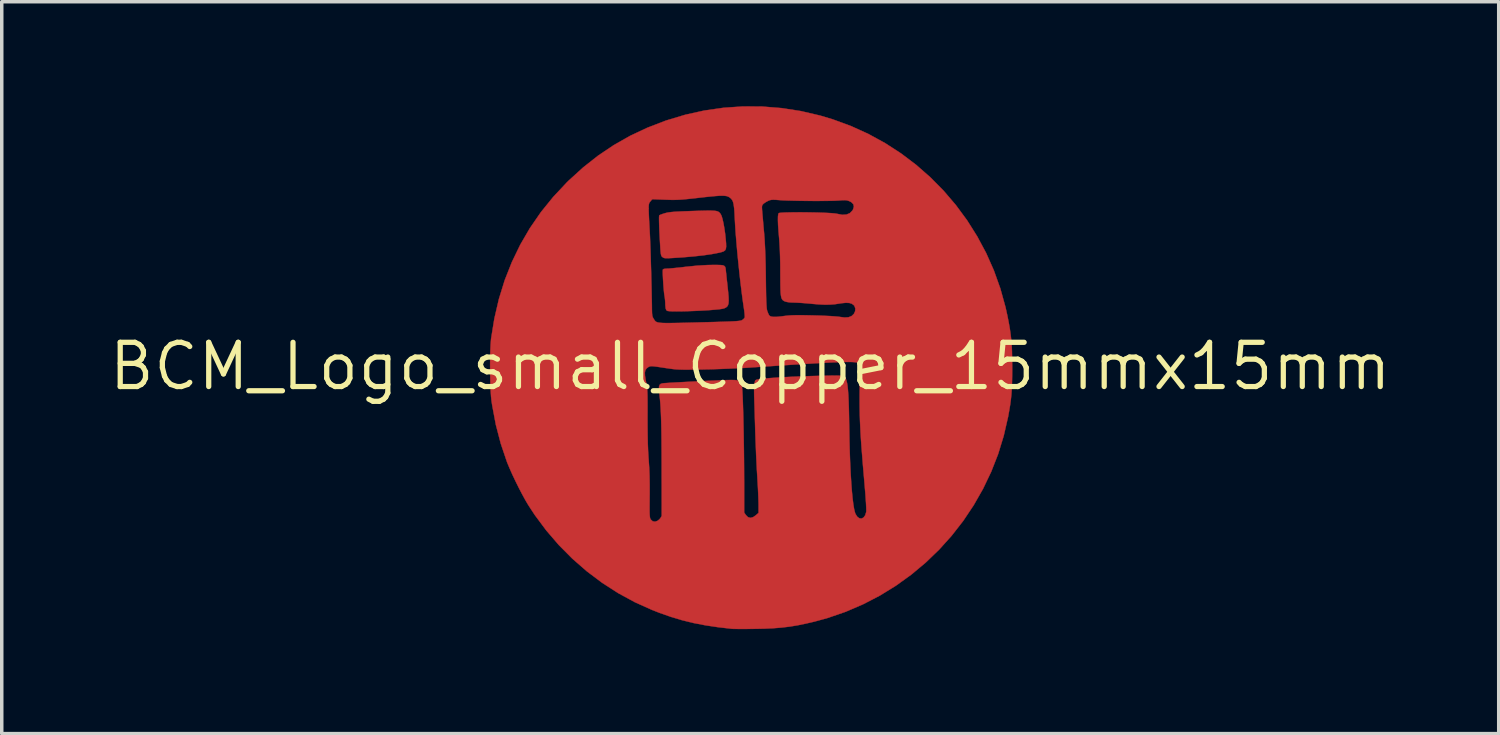
<source format=kicad_pcb>
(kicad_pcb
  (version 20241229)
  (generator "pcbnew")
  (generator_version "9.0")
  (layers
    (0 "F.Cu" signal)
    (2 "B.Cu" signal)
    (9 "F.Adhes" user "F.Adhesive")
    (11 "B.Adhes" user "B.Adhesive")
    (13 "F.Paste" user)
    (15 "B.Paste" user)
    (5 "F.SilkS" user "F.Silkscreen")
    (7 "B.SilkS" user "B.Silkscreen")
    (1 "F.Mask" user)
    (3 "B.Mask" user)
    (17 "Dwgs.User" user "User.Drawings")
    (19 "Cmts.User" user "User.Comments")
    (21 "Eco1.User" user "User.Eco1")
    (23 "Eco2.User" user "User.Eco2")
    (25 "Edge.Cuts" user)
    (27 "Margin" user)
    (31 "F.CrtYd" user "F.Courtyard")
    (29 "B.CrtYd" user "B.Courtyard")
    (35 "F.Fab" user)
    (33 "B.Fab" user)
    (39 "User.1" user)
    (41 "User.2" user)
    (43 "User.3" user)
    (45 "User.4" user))
  (footprint "BCM_Logo_small_Copper_15mmx15mm"
    (layer "F.Cu")
    (at 18.483 7.465)
    (property "Reference" "BCM_Logo_small_Copper_15mmx15mm" (at 0 0 0) (layer "F.SilkS") (effects (font (size 1.27 1.27) (thickness 0.15))))
    (attr board_only exclude_from_bom)
    (fp_poly (pts (xy -1.082 -4.469) (xy -1.011 -4.464) (xy -0.958 -4.455) (xy -0.92 -4.441) (xy -0.891 -4.422) (xy -0.868 -4.397) (xy -0.848 -4.371) (xy -0.822 -4.317) (xy -0.795 -4.227) (xy -0.768 -4.108) (xy -0.743 -3.966) (xy -0.72 -3.808) (xy -0.704 -3.655) (xy -0.693 -3.527) (xy -0.691 -3.434) (xy -0.7 -3.37) (xy -0.724 -3.327) (xy -0.767 -3.298) (xy -0.831 -3.277) (xy -0.887 -3.263) (xy -1.094 -3.223) (xy -1.339 -3.187) (xy -1.623 -3.156) (xy -1.947 -3.128) (xy -2.248 -3.109) (xy -2.35 -3.104) (xy -2.418 -3.103) (xy -2.464 -3.108) (xy -2.495 -3.119) (xy -2.52 -3.137) (xy -2.536 -3.15) (xy -2.548 -3.167) (xy -2.557 -3.191) (xy -2.565 -3.229) (xy -2.572 -3.285) (xy -2.579 -3.364) (xy -2.585 -3.471) (xy -2.593 -3.612) (xy -2.6 -3.746) (xy -2.609 -3.924) (xy -2.614 -4.073) (xy -2.617 -4.192) (xy -2.617 -4.278) (xy -2.613 -4.326) (xy -2.61 -4.335) (xy -2.581 -4.35) (xy -2.523 -4.372) (xy -2.449 -4.395) (xy -2.446 -4.396) (xy -2.396 -4.409) (xy -2.34 -4.419) (xy -2.27 -4.428) (xy -2.183 -4.436) (xy -2.072 -4.442) (xy -1.933 -4.449) (xy -1.759 -4.455) (xy -1.651 -4.459) (xy -1.457 -4.465) (xy -1.301 -4.469) (xy -1.177 -4.471) (xy -1.082 -4.469)) (stroke (width 0.01) (type solid)) (fill yes) (layer "F.Cu"))
    (fp_poly (pts (xy -0.852 -2.908) (xy -0.786 -2.901) (xy -0.745 -2.884) (xy -0.72 -2.856) (xy -0.707 -2.813) (xy -0.7 -2.751) (xy -0.696 -2.71) (xy -0.688 -2.639) (xy -0.678 -2.54) (xy -0.665 -2.424) (xy -0.652 -2.304) (xy -0.651 -2.297) (xy -0.633 -2.125) (xy -0.621 -1.99) (xy -0.618 -1.887) (xy -0.623 -1.81) (xy -0.638 -1.755) (xy -0.663 -1.716) (xy -0.7 -1.687) (xy -0.748 -1.665) (xy -0.753 -1.663) (xy -0.805 -1.651) (xy -0.893 -1.638) (xy -1.011 -1.627) (xy -1.151 -1.615) (xy -1.308 -1.605) (xy -1.475 -1.596) (xy -1.645 -1.589) (xy -1.812 -1.583) (xy -1.97 -1.579) (xy -2.112 -1.578) (xy -2.232 -1.579) (xy -2.322 -1.584) (xy -2.378 -1.591) (xy -2.378 -1.591) (xy -2.409 -1.614) (xy -2.428 -1.666) (xy -2.437 -1.751) (xy -2.438 -1.802) (xy -2.443 -1.89) (xy -2.454 -1.988) (xy -2.461 -2.024) (xy -2.47 -2.085) (xy -2.479 -2.172) (xy -2.488 -2.276) (xy -2.496 -2.39) (xy -2.503 -2.503) (xy -2.508 -2.607) (xy -2.511 -2.694) (xy -2.51 -2.755) (xy -2.508 -2.778) (xy -2.48 -2.796) (xy -2.418 -2.804) (xy -2.389 -2.805) (xy -2.334 -2.807) (xy -2.246 -2.815) (xy -2.133 -2.826) (xy -2.003 -2.839) (xy -1.864 -2.856) (xy -1.846 -2.858) (xy -1.52 -2.891) (xy -1.226 -2.908) (xy -1.079 -2.911) (xy -0.948 -2.911) (xy -0.852 -2.908)) (stroke (width 0.01) (type solid)) (fill yes) (layer "F.Cu"))
    (fp_poly (pts (xy 0.348 -7.457) (xy 0.904 -7.412) (xy 1.457 -7.326) (xy 2.006 -7.198) (xy 2.373 -7.088) (xy 2.893 -6.897) (xy 3.394 -6.669) (xy 3.874 -6.406) (xy 4.331 -6.11) (xy 4.764 -5.782) (xy 5.172 -5.424) (xy 5.552 -5.039) (xy 5.904 -4.627) (xy 6.225 -4.191) (xy 6.515 -3.731) (xy 6.772 -3.251) (xy 6.994 -2.751) (xy 7.179 -2.233) (xy 7.327 -1.699) (xy 7.381 -1.454) (xy 7.42 -1.256) (xy 7.451 -1.081) (xy 7.474 -0.919) (xy 7.492 -0.762) (xy 7.505 -0.6) (xy 7.513 -0.425) (xy 7.517 -0.227) (xy 7.519 0.004) (xy 7.519 0.042) (xy 7.518 0.273) (xy 7.514 0.471) (xy 7.507 0.644) (xy 7.497 0.803) (xy 7.481 0.955) (xy 7.46 1.11) (xy 7.432 1.278) (xy 7.401 1.45) (xy 7.277 1.99) (xy 7.116 2.516) (xy 6.917 3.024) (xy 6.682 3.515) (xy 6.414 3.985) (xy 6.114 4.434) (xy 5.783 4.859) (xy 5.423 5.259) (xy 5.035 5.633) (xy 4.622 5.978) (xy 4.184 6.294) (xy 3.723 6.578) (xy 3.241 6.828) (xy 2.739 7.044) (xy 2.219 7.223) (xy 1.848 7.325) (xy 1.59 7.385) (xy 1.352 7.434) (xy 1.124 7.471) (xy 0.896 7.498) (xy 0.657 7.517) (xy 0.396 7.529) (xy 0.133 7.534) (xy -0.023 7.536) (xy -0.169 7.537) (xy -0.299 7.537) (xy -0.406 7.536) (xy -0.483 7.535) (xy -0.523 7.533) (xy -0.922 7.487) (xy -1.288 7.432) (xy -1.631 7.366) (xy -1.959 7.285) (xy -2.282 7.188) (xy -2.609 7.073) (xy -2.82 6.99) (xy -3.314 6.768) (xy -3.792 6.508) (xy -4.251 6.212) (xy -4.69 5.882) (xy -5.105 5.52) (xy -5.494 5.128) (xy -5.855 4.708) (xy -6.186 4.263) (xy -6.369 3.983) (xy -6.452 3.843) (xy -6.545 3.673) (xy -6.643 3.485) (xy -6.74 3.289) (xy -6.832 3.095) (xy -6.912 2.914) (xy -6.978 2.756) (xy -6.985 2.736) (xy -7.16 2.218) (xy -7.301 1.678) (xy -7.406 1.121) (xy -7.427 0.984) (xy -7.439 0.867) (xy -7.449 0.715) (xy -7.457 0.538) (xy -7.462 0.342) (xy -7.465 0.18) (xy -3.024 0.18) (xy -3.02 0.272) (xy -3 0.395) (xy -2.992 0.437) (xy -2.98 0.496) (xy -2.97 0.553) (xy -2.962 0.611) (xy -2.956 0.676) (xy -2.952 0.754) (xy -2.949 0.849) (xy -2.948 0.968) (xy -2.947 1.114) (xy -2.947 1.293) (xy -2.948 1.45) (xy -2.947 1.744) (xy -2.944 2.001) (xy -2.939 2.229) (xy -2.931 2.431) (xy -2.92 2.614) (xy -2.915 2.677) (xy -2.9 2.903) (xy -2.89 3.141) (xy -2.886 3.401) (xy -2.886 3.693) (xy -2.887 3.725) (xy -2.888 3.904) (xy -2.889 4.045) (xy -2.889 4.154) (xy -2.887 4.235) (xy -2.883 4.294) (xy -2.878 4.336) (xy -2.871 4.365) (xy -2.861 4.386) (xy -2.854 4.397) (xy -2.8 4.446) (xy -2.732 4.458) (xy -2.661 4.434) (xy -2.606 4.39) (xy -2.567 4.34) (xy -2.544 4.298) (xy -2.541 4.289) (xy -2.541 4.262) (xy -2.541 4.197) (xy -2.541 4.096) (xy -2.54 3.965) (xy -2.541 3.805) (xy -2.541 3.621) (xy -2.541 3.416) (xy -2.542 3.194) (xy -2.542 2.959) (xy -2.542 2.868) (xy -2.543 2.552) (xy -2.545 2.274) (xy -2.547 2.031) (xy -2.55 1.818) (xy -2.554 1.631) (xy -2.559 1.467) (xy -2.565 1.321) (xy -2.572 1.189) (xy -2.58 1.068) (xy -2.59 0.953) (xy -2.602 0.84) (xy -2.61 0.768) (xy -2.62 0.657) (xy -2.618 0.58) (xy -2.601 0.53) (xy -2.567 0.502) (xy -2.518 0.488) (xy -2.477 0.483) (xy -2.4 0.478) (xy -2.292 0.471) (xy -2.158 0.463) (xy -2.003 0.455) (xy -1.833 0.446) (xy -1.654 0.437) (xy -1.471 0.428) (xy -1.29 0.419) (xy -1.115 0.411) (xy -0.953 0.404) (xy -0.808 0.399) (xy -0.687 0.394) (xy -0.595 0.392) (xy -0.548 0.391) (xy -0.433 0.394) (xy -0.353 0.406) (xy -0.3 0.431) (xy -0.267 0.474) (xy -0.246 0.541) (xy -0.236 0.592) (xy -0.23 0.65) (xy -0.224 0.747) (xy -0.217 0.877) (xy -0.211 1.038) (xy -0.205 1.225) (xy -0.199 1.435) (xy -0.194 1.663) (xy -0.189 1.905) (xy -0.185 2.157) (xy -0.181 2.416) (xy -0.178 2.678) (xy -0.176 2.937) (xy -0.175 3.191) (xy -0.174 3.314) (xy -0.174 4.195) (xy -0.125 4.267) (xy -0.065 4.328) (xy 0.005 4.349) (xy 0.083 4.328) (xy 0.155 4.279) (xy 0.239 4.206) (xy 0.239 3.966) (xy 0.237 3.877) (xy 0.233 3.755) (xy 0.227 3.609) (xy 0.219 3.447) (xy 0.209 3.279) (xy 0.202 3.154) (xy 0.191 2.98) (xy 0.181 2.775) (xy 0.17 2.552) (xy 0.161 2.323) (xy 0.152 2.098) (xy 0.145 1.891) (xy 0.144 1.873) (xy 0.139 1.687) (xy 0.133 1.5) (xy 0.128 1.32) (xy 0.123 1.155) (xy 0.118 1.013) (xy 0.115 0.902) (xy 0.113 0.868) (xy 0.111 0.706) (xy 0.115 0.574) (xy 0.125 0.476) (xy 0.141 0.414) (xy 0.151 0.398) (xy 0.177 0.385) (xy 0.229 0.373) (xy 0.311 0.36) (xy 0.424 0.348) (xy 0.573 0.336) (xy 0.76 0.323) (xy 0.853 0.317) (xy 1.018 0.308) (xy 1.197 0.299) (xy 1.386 0.291) (xy 1.578 0.284) (xy 1.77 0.278) (xy 1.956 0.273) (xy 2.13 0.269) (xy 2.287 0.266) (xy 2.423 0.265) (xy 2.532 0.266) (xy 2.609 0.268) (xy 2.648 0.272) (xy 2.682 0.285) (xy 2.712 0.308) (xy 2.737 0.344) (xy 2.759 0.396) (xy 2.777 0.467) (xy 2.793 0.559) (xy 2.805 0.675) (xy 2.816 0.819) (xy 2.824 0.993) (xy 2.831 1.2) (xy 2.836 1.443) (xy 2.841 1.725) (xy 2.842 1.778) (xy 2.848 2.133) (xy 2.857 2.469) (xy 2.869 2.785) (xy 2.883 3.077) (xy 2.9 3.344) (xy 2.918 3.582) (xy 2.938 3.789) (xy 2.96 3.962) (xy 2.983 4.1) (xy 3.008 4.199) (xy 3.021 4.234) (xy 3.072 4.316) (xy 3.132 4.36) (xy 3.195 4.368) (xy 3.252 4.339) (xy 3.299 4.276) (xy 3.329 4.18) (xy 3.33 4.173) (xy 3.331 4.13) (xy 3.329 4.05) (xy 3.324 3.941) (xy 3.315 3.809) (xy 3.305 3.659) (xy 3.291 3.499) (xy 3.289 3.471) (xy 3.26 3.133) (xy 3.234 2.832) (xy 3.213 2.564) (xy 3.194 2.325) (xy 3.179 2.11) (xy 3.167 1.914) (xy 3.158 1.734) (xy 3.15 1.563) (xy 3.145 1.399) (xy 3.142 1.236) (xy 3.14 1.07) (xy 3.14 0.973) (xy 3.14 0.801) (xy 3.142 0.633) (xy 3.144 0.477) (xy 3.148 0.34) (xy 3.151 0.229) (xy 3.156 0.152) (xy 3.157 0.137) (xy 3.166 0.049) (xy 3.168 -0.007) (xy 3.162 -0.042) (xy 3.147 -0.067) (xy 3.128 -0.085) (xy 3.109 -0.097) (xy 3.08 -0.107) (xy 3.039 -0.115) (xy 2.984 -0.121) (xy 2.913 -0.125) (xy 2.823 -0.126) (xy 2.714 -0.125) (xy 2.583 -0.122) (xy 2.427 -0.116) (xy 2.246 -0.108) (xy 2.037 -0.097) (xy 1.797 -0.083) (xy 1.526 -0.067) (xy 1.221 -0.048) (xy 0.879 -0.025) (xy 0.5 0) (xy 0.081 0.028) (xy 0.017 0.033) (xy -0.177 0.045) (xy -0.4 0.056) (xy -0.641 0.067) (xy -0.885 0.076) (xy -1.121 0.084) (xy -1.336 0.088) (xy -1.355 0.089) (xy -1.55 0.092) (xy -1.71 0.094) (xy -1.84 0.095) (xy -1.947 0.094) (xy -2.038 0.091) (xy -2.119 0.087) (xy -2.196 0.08) (xy -2.277 0.07) (xy -2.366 0.057) (xy -2.47 0.042) (xy -2.606 0.021) (xy -2.707 0.007) (xy -2.78 -0.002) (xy -2.83 -0.005) (xy -2.866 -0.002) (xy -2.892 0.005) (xy -2.917 0.017) (xy -2.929 0.024) (xy -2.979 0.063) (xy -3.011 0.113) (xy -3.024 0.18) (xy -7.465 0.18) (xy -7.465 0.137) (xy -7.466 -0.07) (xy -7.464 -0.27) (xy -7.459 -0.456) (xy -7.452 -0.619) (xy -7.442 -0.751) (xy -7.438 -0.794) (xy -7.344 -1.373) (xy -7.214 -1.933) (xy -7.047 -2.473) (xy -6.842 -2.992) (xy -6.601 -3.491) (xy -6.323 -3.969) (xy -6.008 -4.426) (xy -5.916 -4.54) (xy -2.915 -4.54) (xy -2.914 -4.459) (xy -2.91 -4.354) (xy -2.904 -4.22) (xy -2.895 -4.053) (xy -2.884 -3.85) (xy -2.88 -3.778) (xy -2.875 -3.669) (xy -2.87 -3.525) (xy -2.863 -3.351) (xy -2.857 -3.156) (xy -2.851 -2.945) (xy -2.844 -2.725) (xy -2.839 -2.503) (xy -2.833 -2.286) (xy -2.829 -2.081) (xy -2.825 -1.893) (xy -2.822 -1.731) (xy -2.821 -1.617) (xy -2.818 -1.522) (xy -2.811 -1.456) (xy -2.796 -1.407) (xy -2.771 -1.364) (xy -2.754 -1.337) (xy -2.739 -1.315) (xy -2.722 -1.295) (xy -2.701 -1.279) (xy -2.672 -1.267) (xy -2.633 -1.257) (xy -2.579 -1.25) (xy -2.509 -1.245) (xy -2.418 -1.243) (xy -2.304 -1.243) (xy -2.164 -1.245) (xy -1.994 -1.248) (xy -1.791 -1.253) (xy -1.552 -1.259) (xy -1.274 -1.267) (xy -1.262 -1.267) (xy -1.031 -1.273) (xy -0.838 -1.279) (xy -0.68 -1.284) (xy -0.554 -1.289) (xy -0.454 -1.294) (xy -0.378 -1.299) (xy -0.322 -1.305) (xy -0.282 -1.311) (xy -0.254 -1.318) (xy -0.235 -1.327) (xy -0.229 -1.33) (xy -0.184 -1.367) (xy -0.158 -1.402) (xy -0.157 -1.434) (xy -0.161 -1.5) (xy -0.171 -1.59) (xy -0.186 -1.696) (xy -0.192 -1.734) (xy -0.222 -1.944) (xy -0.253 -2.185) (xy -0.285 -2.45) (xy -0.316 -2.731) (xy -0.346 -3.019) (xy -0.374 -3.306) (xy -0.398 -3.583) (xy -0.419 -3.842) (xy -0.434 -4.075) (xy -0.444 -4.255) (xy -0.452 -4.42) (xy -0.462 -4.549) (xy -0.464 -4.56) (xy 0.336 -4.56) (xy 0.34 -4.487) (xy 0.342 -4.468) (xy 0.347 -4.402) (xy 0.356 -4.303) (xy 0.367 -4.178) (xy 0.379 -4.038) (xy 0.392 -3.89) (xy 0.397 -3.842) (xy 0.412 -3.645) (xy 0.424 -3.43) (xy 0.434 -3.19) (xy 0.442 -2.921) (xy 0.447 -2.616) (xy 0.448 -2.519) (xy 0.451 -2.299) (xy 0.454 -2.117) (xy 0.457 -1.97) (xy 0.461 -1.852) (xy 0.466 -1.76) (xy 0.471 -1.691) (xy 0.477 -1.639) (xy 0.485 -1.601) (xy 0.492 -1.579) (xy 0.517 -1.517) (xy 0.54 -1.47) (xy 0.547 -1.459) (xy 0.588 -1.433) (xy 0.658 -1.42) (xy 0.761 -1.421) (xy 0.9 -1.435) (xy 0.95 -1.442) (xy 1.031 -1.452) (xy 1.113 -1.46) (xy 1.201 -1.465) (xy 1.304 -1.468) (xy 1.426 -1.468) (xy 1.576 -1.467) (xy 1.76 -1.463) (xy 1.805 -1.462) (xy 1.988 -1.457) (xy 2.157 -1.45) (xy 2.306 -1.443) (xy 2.43 -1.434) (xy 2.523 -1.426) (xy 2.567 -1.42) (xy 2.709 -1.402) (xy 2.82 -1.409) (xy 2.906 -1.442) (xy 2.912 -1.446) (xy 2.976 -1.507) (xy 3.011 -1.583) (xy 3.017 -1.663) (xy 2.99 -1.735) (xy 2.972 -1.757) (xy 2.915 -1.798) (xy 2.842 -1.82) (xy 2.745 -1.824) (xy 2.619 -1.812) (xy 2.558 -1.802) (xy 2.422 -1.782) (xy 2.285 -1.772) (xy 2.138 -1.77) (xy 1.972 -1.778) (xy 1.777 -1.794) (xy 1.721 -1.8) (xy 1.594 -1.811) (xy 1.464 -1.821) (xy 1.346 -1.828) (xy 1.254 -1.831) (xy 1.249 -1.831) (xy 1.141 -1.835) (xy 1.051 -1.848) (xy 1 -1.862) (xy 0.964 -1.879) (xy 0.935 -1.9) (xy 0.912 -1.929) (xy 0.894 -1.97) (xy 0.882 -2.028) (xy 0.873 -2.108) (xy 0.868 -2.213) (xy 0.865 -2.349) (xy 0.864 -2.519) (xy 0.863 -2.672) (xy 0.862 -2.915) (xy 0.857 -3.144) (xy 0.85 -3.353) (xy 0.84 -3.534) (xy 0.832 -3.645) (xy 0.813 -3.868) (xy 0.8 -4.05) (xy 0.795 -4.193) (xy 0.796 -4.298) (xy 0.804 -4.365) (xy 0.817 -4.397) (xy 0.846 -4.405) (xy 0.912 -4.411) (xy 1.009 -4.416) (xy 1.131 -4.419) (xy 1.272 -4.421) (xy 1.428 -4.422) (xy 1.591 -4.421) (xy 1.757 -4.418) (xy 1.92 -4.415) (xy 2.073 -4.41) (xy 2.212 -4.404) (xy 2.331 -4.397) (xy 2.423 -4.389) (xy 2.484 -4.38) (xy 2.493 -4.378) (xy 2.639 -4.35) (xy 2.761 -4.357) (xy 2.859 -4.397) (xy 2.932 -4.472) (xy 2.95 -4.501) (xy 2.975 -4.584) (xy 2.96 -4.653) (xy 2.905 -4.71) (xy 2.857 -4.736) (xy 2.809 -4.755) (xy 2.764 -4.766) (xy 2.71 -4.77) (xy 2.637 -4.768) (xy 2.537 -4.76) (xy 2.444 -4.755) (xy 2.316 -4.751) (xy 2.161 -4.749) (xy 1.985 -4.748) (xy 1.798 -4.748) (xy 1.605 -4.749) (xy 1.414 -4.752) (xy 1.233 -4.756) (xy 1.07 -4.76) (xy 0.931 -4.766) (xy 0.836 -4.772) (xy 0.729 -4.78) (xy 0.654 -4.782) (xy 0.6 -4.778) (xy 0.557 -4.768) (xy 0.515 -4.751) (xy 0.513 -4.75) (xy 0.447 -4.714) (xy 0.389 -4.674) (xy 0.378 -4.664) (xy 0.352 -4.636) (xy 0.339 -4.606) (xy 0.336 -4.56) (xy -0.464 -4.56) (xy -0.476 -4.648) (xy -0.494 -4.721) (xy -0.519 -4.775) (xy -0.552 -4.816) (xy -0.595 -4.85) (xy -0.607 -4.858) (xy -0.641 -4.875) (xy -0.681 -4.888) (xy -0.733 -4.895) (xy -0.8 -4.898) (xy -0.887 -4.896) (xy -0.998 -4.888) (xy -1.139 -4.875) (xy -1.312 -4.857) (xy -1.503 -4.835) (xy -1.681 -4.815) (xy -1.826 -4.8) (xy -1.946 -4.789) (xy -2.05 -4.782) (xy -2.146 -4.779) (xy -2.243 -4.778) (xy -2.35 -4.781) (xy -2.44 -4.784) (xy -2.812 -4.798) (xy -2.867 -4.733) (xy -2.882 -4.715) (xy -2.894 -4.697) (xy -2.903 -4.674) (xy -2.91 -4.643) (xy -2.914 -4.6) (xy -2.915 -4.54) (xy -5.916 -4.54) (xy -5.656 -4.861) (xy -5.269 -5.275) (xy -5.209 -5.334) (xy -4.794 -5.711) (xy -4.365 -6.049) (xy -3.917 -6.35) (xy -3.449 -6.616) (xy -2.958 -6.847) (xy -2.44 -7.047) (xy -2.401 -7.06) (xy -1.862 -7.222) (xy -1.315 -7.343) (xy -0.763 -7.422) (xy -0.208 -7.46) (xy 0.348 -7.457)) (stroke (width 0.01) (type solid)) (fill yes) (layer "F.Cu"))
    (fp_poly (pts (xy -1.082 -4.469) (xy -1.011 -4.464) (xy -0.958 -4.455) (xy -0.92 -4.441) (xy -0.891 -4.422) (xy -0.868 -4.397) (xy -0.848 -4.371) (xy -0.822 -4.317) (xy -0.795 -4.227) (xy -0.768 -4.108) (xy -0.743 -3.966) (xy -0.72 -3.808) (xy -0.704 -3.655) (xy -0.693 -3.527) (xy -0.691 -3.434) (xy -0.7 -3.37) (xy -0.724 -3.327) (xy -0.767 -3.298) (xy -0.831 -3.277) (xy -0.887 -3.263) (xy -1.094 -3.223) (xy -1.339 -3.187) (xy -1.623 -3.156) (xy -1.947 -3.128) (xy -2.248 -3.109) (xy -2.35 -3.104) (xy -2.418 -3.103) (xy -2.464 -3.108) (xy -2.495 -3.119) (xy -2.52 -3.137) (xy -2.536 -3.15) (xy -2.548 -3.167) (xy -2.557 -3.191) (xy -2.565 -3.229) (xy -2.572 -3.285) (xy -2.579 -3.364) (xy -2.585 -3.471) (xy -2.593 -3.612) (xy -2.6 -3.746) (xy -2.609 -3.924) (xy -2.614 -4.073) (xy -2.617 -4.192) (xy -2.617 -4.278) (xy -2.613 -4.326) (xy -2.61 -4.335) (xy -2.581 -4.35) (xy -2.523 -4.372) (xy -2.449 -4.395) (xy -2.446 -4.396) (xy -2.396 -4.409) (xy -2.34 -4.419) (xy -2.27 -4.428) (xy -2.183 -4.436) (xy -2.072 -4.442) (xy -1.933 -4.449) (xy -1.759 -4.455) (xy -1.651 -4.459) (xy -1.457 -4.465) (xy -1.301 -4.469) (xy -1.177 -4.471) (xy -1.082 -4.469)) (stroke (width 0.01) (type solid)) (fill yes) (layer "F.Mask"))
    (fp_poly (pts (xy -0.852 -2.908) (xy -0.786 -2.901) (xy -0.745 -2.884) (xy -0.72 -2.856) (xy -0.707 -2.813) (xy -0.7 -2.751) (xy -0.696 -2.71) (xy -0.688 -2.639) (xy -0.678 -2.54) (xy -0.665 -2.424) (xy -0.652 -2.304) (xy -0.651 -2.297) (xy -0.633 -2.125) (xy -0.621 -1.99) (xy -0.618 -1.887) (xy -0.623 -1.81) (xy -0.638 -1.755) (xy -0.663 -1.716) (xy -0.7 -1.687) (xy -0.748 -1.665) (xy -0.753 -1.663) (xy -0.805 -1.651) (xy -0.893 -1.638) (xy -1.011 -1.627) (xy -1.151 -1.615) (xy -1.308 -1.605) (xy -1.475 -1.596) (xy -1.645 -1.589) (xy -1.812 -1.583) (xy -1.97 -1.579) (xy -2.112 -1.578) (xy -2.232 -1.579) (xy -2.322 -1.584) (xy -2.378 -1.591) (xy -2.378 -1.591) (xy -2.409 -1.614) (xy -2.428 -1.666) (xy -2.437 -1.751) (xy -2.438 -1.802) (xy -2.443 -1.89) (xy -2.454 -1.988) (xy -2.461 -2.024) (xy -2.47 -2.085) (xy -2.479 -2.172) (xy -2.488 -2.276) (xy -2.496 -2.39) (xy -2.503 -2.503) (xy -2.508 -2.607) (xy -2.511 -2.694) (xy -2.51 -2.755) (xy -2.508 -2.778) (xy -2.48 -2.796) (xy -2.418 -2.804) (xy -2.389 -2.805) (xy -2.334 -2.807) (xy -2.246 -2.815) (xy -2.133 -2.826) (xy -2.003 -2.839) (xy -1.864 -2.856) (xy -1.846 -2.858) (xy -1.52 -2.891) (xy -1.226 -2.908) (xy -1.079 -2.911) (xy -0.948 -2.911) (xy -0.852 -2.908)) (stroke (width 0.01) (type solid)) (fill yes) (layer "F.Mask"))
    (fp_poly (pts (xy 0.348 -7.457) (xy 0.904 -7.412) (xy 1.457 -7.326) (xy 2.006 -7.198) (xy 2.373 -7.088) (xy 2.893 -6.897) (xy 3.394 -6.669) (xy 3.874 -6.406) (xy 4.331 -6.11) (xy 4.764 -5.782) (xy 5.172 -5.424) (xy 5.552 -5.039) (xy 5.904 -4.627) (xy 6.225 -4.191) (xy 6.515 -3.731) (xy 6.772 -3.251) (xy 6.994 -2.751) (xy 7.179 -2.233) (xy 7.327 -1.699) (xy 7.381 -1.454) (xy 7.42 -1.256) (xy 7.451 -1.081) (xy 7.474 -0.919) (xy 7.492 -0.762) (xy 7.505 -0.6) (xy 7.513 -0.425) (xy 7.517 -0.227) (xy 7.519 0.004) (xy 7.519 0.042) (xy 7.518 0.273) (xy 7.514 0.471) (xy 7.507 0.644) (xy 7.497 0.803) (xy 7.481 0.955) (xy 7.46 1.11) (xy 7.432 1.278) (xy 7.401 1.45) (xy 7.277 1.99) (xy 7.116 2.516) (xy 6.917 3.024) (xy 6.682 3.515) (xy 6.414 3.985) (xy 6.114 4.434) (xy 5.783 4.859) (xy 5.423 5.259) (xy 5.035 5.633) (xy 4.622 5.978) (xy 4.184 6.294) (xy 3.723 6.578) (xy 3.241 6.828) (xy 2.739 7.044) (xy 2.219 7.223) (xy 1.848 7.325) (xy 1.59 7.385) (xy 1.352 7.434) (xy 1.124 7.471) (xy 0.896 7.498) (xy 0.657 7.517) (xy 0.396 7.529) (xy 0.133 7.534) (xy -0.023 7.536) (xy -0.169 7.537) (xy -0.299 7.537) (xy -0.406 7.536) (xy -0.483 7.535) (xy -0.523 7.533) (xy -0.922 7.487) (xy -1.288 7.432) (xy -1.631 7.366) (xy -1.959 7.285) (xy -2.282 7.188) (xy -2.609 7.073) (xy -2.82 6.99) (xy -3.314 6.768) (xy -3.792 6.508) (xy -4.251 6.212) (xy -4.69 5.882) (xy -5.105 5.52) (xy -5.494 5.128) (xy -5.855 4.708) (xy -6.186 4.263) (xy -6.369 3.983) (xy -6.452 3.843) (xy -6.545 3.673) (xy -6.643 3.485) (xy -6.74 3.289) (xy -6.832 3.095) (xy -6.912 2.914) (xy -6.978 2.756) (xy -6.985 2.736) (xy -7.16 2.218) (xy -7.301 1.678) (xy -7.406 1.121) (xy -7.427 0.984) (xy -7.439 0.867) (xy -7.449 0.715) (xy -7.457 0.538) (xy -7.462 0.342) (xy -7.465 0.18) (xy -3.024 0.18) (xy -3.02 0.272) (xy -3 0.395) (xy -2.992 0.437) (xy -2.98 0.496) (xy -2.97 0.553) (xy -2.962 0.611) (xy -2.956 0.676) (xy -2.952 0.754) (xy -2.949 0.849) (xy -2.948 0.968) (xy -2.947 1.114) (xy -2.947 1.293) (xy -2.948 1.45) (xy -2.947 1.744) (xy -2.944 2.001) (xy -2.939 2.229) (xy -2.931 2.431) (xy -2.92 2.614) (xy -2.915 2.677) (xy -2.9 2.903) (xy -2.89 3.141) (xy -2.886 3.401) (xy -2.886 3.693) (xy -2.887 3.725) (xy -2.888 3.904) (xy -2.889 4.045) (xy -2.889 4.154) (xy -2.887 4.235) (xy -2.883 4.294) (xy -2.878 4.336) (xy -2.871 4.365) (xy -2.861 4.386) (xy -2.854 4.397) (xy -2.8 4.446) (xy -2.732 4.458) (xy -2.661 4.434) (xy -2.606 4.39) (xy -2.567 4.34) (xy -2.544 4.298) (xy -2.541 4.289) (xy -2.541 4.262) (xy -2.541 4.197) (xy -2.541 4.096) (xy -2.54 3.965) (xy -2.541 3.805) (xy -2.541 3.621) (xy -2.541 3.416) (xy -2.542 3.194) (xy -2.542 2.959) (xy -2.542 2.868) (xy -2.543 2.552) (xy -2.545 2.274) (xy -2.547 2.031) (xy -2.55 1.818) (xy -2.554 1.631) (xy -2.559 1.467) (xy -2.565 1.321) (xy -2.572 1.189) (xy -2.58 1.068) (xy -2.59 0.953) (xy -2.602 0.84) (xy -2.61 0.768) (xy -2.62 0.657) (xy -2.618 0.58) (xy -2.601 0.53) (xy -2.567 0.502) (xy -2.518 0.488) (xy -2.477 0.483) (xy -2.4 0.478) (xy -2.292 0.471) (xy -2.158 0.463) (xy -2.003 0.455) (xy -1.833 0.446) (xy -1.654 0.437) (xy -1.471 0.428) (xy -1.29 0.419) (xy -1.115 0.411) (xy -0.953 0.404) (xy -0.808 0.399) (xy -0.687 0.394) (xy -0.595 0.392) (xy -0.548 0.391) (xy -0.433 0.394) (xy -0.353 0.406) (xy -0.3 0.431) (xy -0.267 0.474) (xy -0.246 0.541) (xy -0.236 0.592) (xy -0.23 0.65) (xy -0.224 0.747) (xy -0.217 0.877) (xy -0.211 1.038) (xy -0.205 1.225) (xy -0.199 1.435) (xy -0.194 1.663) (xy -0.189 1.905) (xy -0.185 2.157) (xy -0.181 2.416) (xy -0.178 2.678) (xy -0.176 2.937) (xy -0.175 3.191) (xy -0.174 3.314) (xy -0.174 4.195) (xy -0.125 4.267) (xy -0.065 4.328) (xy 0.005 4.349) (xy 0.083 4.328) (xy 0.155 4.279) (xy 0.239 4.206) (xy 0.239 3.966) (xy 0.237 3.877) (xy 0.233 3.755) (xy 0.227 3.609) (xy 0.219 3.447) (xy 0.209 3.279) (xy 0.202 3.154) (xy 0.191 2.98) (xy 0.181 2.775) (xy 0.17 2.552) (xy 0.161 2.323) (xy 0.152 2.098) (xy 0.145 1.891) (xy 0.144 1.873) (xy 0.139 1.687) (xy 0.133 1.5) (xy 0.128 1.32) (xy 0.123 1.155) (xy 0.118 1.013) (xy 0.115 0.902) (xy 0.113 0.868) (xy 0.111 0.706) (xy 0.115 0.574) (xy 0.125 0.476) (xy 0.141 0.414) (xy 0.151 0.398) (xy 0.177 0.385) (xy 0.229 0.373) (xy 0.311 0.36) (xy 0.424 0.348) (xy 0.573 0.336) (xy 0.76 0.323) (xy 0.853 0.317) (xy 1.018 0.308) (xy 1.197 0.299) (xy 1.386 0.291) (xy 1.578 0.284) (xy 1.77 0.278) (xy 1.956 0.273) (xy 2.13 0.269) (xy 2.287 0.266) (xy 2.423 0.265) (xy 2.532 0.266) (xy 2.609 0.268) (xy 2.648 0.272) (xy 2.682 0.285) (xy 2.712 0.308) (xy 2.737 0.344) (xy 2.759 0.396) (xy 2.777 0.467) (xy 2.793 0.559) (xy 2.805 0.675) (xy 2.816 0.819) (xy 2.824 0.993) (xy 2.831 1.2) (xy 2.836 1.443) (xy 2.841 1.725) (xy 2.842 1.778) (xy 2.848 2.133) (xy 2.857 2.469) (xy 2.869 2.785) (xy 2.883 3.077) (xy 2.9 3.344) (xy 2.918 3.582) (xy 2.938 3.789) (xy 2.96 3.962) (xy 2.983 4.1) (xy 3.008 4.199) (xy 3.021 4.234) (xy 3.072 4.316) (xy 3.132 4.36) (xy 3.195 4.368) (xy 3.252 4.339) (xy 3.299 4.276) (xy 3.329 4.18) (xy 3.33 4.173) (xy 3.331 4.13) (xy 3.329 4.05) (xy 3.324 3.941) (xy 3.315 3.809) (xy 3.305 3.659) (xy 3.291 3.499) (xy 3.289 3.471) (xy 3.26 3.133) (xy 3.234 2.832) (xy 3.213 2.564) (xy 3.194 2.325) (xy 3.179 2.11) (xy 3.167 1.914) (xy 3.158 1.734) (xy 3.15 1.563) (xy 3.145 1.399) (xy 3.142 1.236) (xy 3.14 1.07) (xy 3.14 0.973) (xy 3.14 0.801) (xy 3.142 0.633) (xy 3.144 0.477) (xy 3.148 0.34) (xy 3.151 0.229) (xy 3.156 0.152) (xy 3.157 0.137) (xy 3.166 0.049) (xy 3.168 -0.007) (xy 3.162 -0.042) (xy 3.147 -0.067) (xy 3.128 -0.085) (xy 3.109 -0.097) (xy 3.08 -0.107) (xy 3.039 -0.115) (xy 2.984 -0.121) (xy 2.913 -0.125) (xy 2.823 -0.126) (xy 2.714 -0.125) (xy 2.583 -0.122) (xy 2.427 -0.116) (xy 2.246 -0.108) (xy 2.037 -0.097) (xy 1.797 -0.083) (xy 1.526 -0.067) (xy 1.221 -0.048) (xy 0.879 -0.025) (xy 0.5 0) (xy 0.081 0.028) (xy 0.017 0.033) (xy -0.177 0.045) (xy -0.4 0.056) (xy -0.641 0.067) (xy -0.885 0.076) (xy -1.121 0.084) (xy -1.336 0.088) (xy -1.355 0.089) (xy -1.55 0.092) (xy -1.71 0.094) (xy -1.84 0.095) (xy -1.947 0.094) (xy -2.038 0.091) (xy -2.119 0.087) (xy -2.196 0.08) (xy -2.277 0.07) (xy -2.366 0.057) (xy -2.47 0.042) (xy -2.606 0.021) (xy -2.707 0.007) (xy -2.78 -0.002) (xy -2.83 -0.005) (xy -2.866 -0.002) (xy -2.892 0.005) (xy -2.917 0.017) (xy -2.929 0.024) (xy -2.979 0.063) (xy -3.011 0.113) (xy -3.024 0.18) (xy -7.465 0.18) (xy -7.465 0.137) (xy -7.466 -0.07) (xy -7.464 -0.27) (xy -7.459 -0.456) (xy -7.452 -0.619) (xy -7.442 -0.751) (xy -7.438 -0.794) (xy -7.344 -1.373) (xy -7.214 -1.933) (xy -7.047 -2.473) (xy -6.842 -2.992) (xy -6.601 -3.491) (xy -6.323 -3.969) (xy -6.008 -4.426) (xy -5.916 -4.54) (xy -2.915 -4.54) (xy -2.914 -4.459) (xy -2.91 -4.354) (xy -2.904 -4.22) (xy -2.895 -4.053) (xy -2.884 -3.85) (xy -2.88 -3.778) (xy -2.875 -3.669) (xy -2.87 -3.525) (xy -2.863 -3.351) (xy -2.857 -3.156) (xy -2.851 -2.945) (xy -2.844 -2.725) (xy -2.839 -2.503) (xy -2.833 -2.286) (xy -2.829 -2.081) (xy -2.825 -1.893) (xy -2.822 -1.731) (xy -2.821 -1.617) (xy -2.818 -1.522) (xy -2.811 -1.456) (xy -2.796 -1.407) (xy -2.771 -1.364) (xy -2.754 -1.337) (xy -2.739 -1.315) (xy -2.722 -1.295) (xy -2.701 -1.279) (xy -2.672 -1.267) (xy -2.633 -1.257) (xy -2.579 -1.25) (xy -2.509 -1.245) (xy -2.418 -1.243) (xy -2.304 -1.243) (xy -2.164 -1.245) (xy -1.994 -1.248) (xy -1.791 -1.253) (xy -1.552 -1.259) (xy -1.274 -1.267) (xy -1.262 -1.267) (xy -1.031 -1.273) (xy -0.838 -1.279) (xy -0.68 -1.284) (xy -0.554 -1.289) (xy -0.454 -1.294) (xy -0.378 -1.299) (xy -0.322 -1.305) (xy -0.282 -1.311) (xy -0.254 -1.318) (xy -0.235 -1.327) (xy -0.229 -1.33) (xy -0.184 -1.367) (xy -0.158 -1.402) (xy -0.157 -1.434) (xy -0.161 -1.5) (xy -0.171 -1.59) (xy -0.186 -1.696) (xy -0.192 -1.734) (xy -0.222 -1.944) (xy -0.253 -2.185) (xy -0.285 -2.45) (xy -0.316 -2.731) (xy -0.346 -3.019) (xy -0.374 -3.306) (xy -0.398 -3.583) (xy -0.419 -3.842) (xy -0.434 -4.075) (xy -0.444 -4.255) (xy -0.452 -4.42) (xy -0.462 -4.549) (xy -0.464 -4.56) (xy 0.336 -4.56) (xy 0.34 -4.487) (xy 0.342 -4.468) (xy 0.347 -4.402) (xy 0.356 -4.303) (xy 0.367 -4.178) (xy 0.379 -4.038) (xy 0.392 -3.89) (xy 0.397 -3.842) (xy 0.412 -3.645) (xy 0.424 -3.43) (xy 0.434 -3.19) (xy 0.442 -2.921) (xy 0.447 -2.616) (xy 0.448 -2.519) (xy 0.451 -2.299) (xy 0.454 -2.117) (xy 0.457 -1.97) (xy 0.461 -1.852) (xy 0.466 -1.76) (xy 0.471 -1.691) (xy 0.477 -1.639) (xy 0.485 -1.601) (xy 0.492 -1.579) (xy 0.517 -1.517) (xy 0.54 -1.47) (xy 0.547 -1.459) (xy 0.588 -1.433) (xy 0.658 -1.42) (xy 0.761 -1.421) (xy 0.9 -1.435) (xy 0.95 -1.442) (xy 1.031 -1.452) (xy 1.113 -1.46) (xy 1.201 -1.465) (xy 1.304 -1.468) (xy 1.426 -1.468) (xy 1.576 -1.467) (xy 1.76 -1.463) (xy 1.805 -1.462) (xy 1.988 -1.457) (xy 2.157 -1.45) (xy 2.306 -1.443) (xy 2.43 -1.434) (xy 2.523 -1.426) (xy 2.567 -1.42) (xy 2.709 -1.402) (xy 2.82 -1.409) (xy 2.906 -1.442) (xy 2.912 -1.446) (xy 2.976 -1.507) (xy 3.011 -1.583) (xy 3.017 -1.663) (xy 2.99 -1.735) (xy 2.972 -1.757) (xy 2.915 -1.798) (xy 2.842 -1.82) (xy 2.745 -1.824) (xy 2.619 -1.812) (xy 2.558 -1.802) (xy 2.422 -1.782) (xy 2.285 -1.772) (xy 2.138 -1.77) (xy 1.972 -1.778) (xy 1.777 -1.794) (xy 1.721 -1.8) (xy 1.594 -1.811) (xy 1.464 -1.821) (xy 1.346 -1.828) (xy 1.254 -1.831) (xy 1.249 -1.831) (xy 1.141 -1.835) (xy 1.051 -1.848) (xy 1 -1.862) (xy 0.964 -1.879) (xy 0.935 -1.9) (xy 0.912 -1.929) (xy 0.894 -1.97) (xy 0.882 -2.028) (xy 0.873 -2.108) (xy 0.868 -2.213) (xy 0.865 -2.349) (xy 0.864 -2.519) (xy 0.863 -2.672) (xy 0.862 -2.915) (xy 0.857 -3.144) (xy 0.85 -3.353) (xy 0.84 -3.534) (xy 0.832 -3.645) (xy 0.813 -3.868) (xy 0.8 -4.05) (xy 0.795 -4.193) (xy 0.796 -4.298) (xy 0.804 -4.365) (xy 0.817 -4.397) (xy 0.846 -4.405) (xy 0.912 -4.411) (xy 1.009 -4.416) (xy 1.131 -4.419) (xy 1.272 -4.421) (xy 1.428 -4.422) (xy 1.591 -4.421) (xy 1.757 -4.418) (xy 1.92 -4.415) (xy 2.073 -4.41) (xy 2.212 -4.404) (xy 2.331 -4.397) (xy 2.423 -4.389) (xy 2.484 -4.38) (xy 2.493 -4.378) (xy 2.639 -4.35) (xy 2.761 -4.357) (xy 2.859 -4.397) (xy 2.932 -4.472) (xy 2.95 -4.501) (xy 2.975 -4.584) (xy 2.96 -4.653) (xy 2.905 -4.71) (xy 2.857 -4.736) (xy 2.809 -4.755) (xy 2.764 -4.766) (xy 2.71 -4.77) (xy 2.637 -4.768) (xy 2.537 -4.76) (xy 2.444 -4.755) (xy 2.316 -4.751) (xy 2.161 -4.749) (xy 1.985 -4.748) (xy 1.798 -4.748) (xy 1.605 -4.749) (xy 1.414 -4.752) (xy 1.233 -4.756) (xy 1.07 -4.76) (xy 0.931 -4.766) (xy 0.836 -4.772) (xy 0.729 -4.78) (xy 0.654 -4.782) (xy 0.6 -4.778) (xy 0.557 -4.768) (xy 0.515 -4.751) (xy 0.513 -4.75) (xy 0.447 -4.714) (xy 0.389 -4.674) (xy 0.378 -4.664) (xy 0.352 -4.636) (xy 0.339 -4.606) (xy 0.336 -4.56) (xy -0.464 -4.56) (xy -0.476 -4.648) (xy -0.494 -4.721) (xy -0.519 -4.775) (xy -0.552 -4.816) (xy -0.595 -4.85) (xy -0.607 -4.858) (xy -0.641 -4.875) (xy -0.681 -4.888) (xy -0.733 -4.895) (xy -0.8 -4.898) (xy -0.887 -4.896) (xy -0.998 -4.888) (xy -1.139 -4.875) (xy -1.312 -4.857) (xy -1.503 -4.835) (xy -1.681 -4.815) (xy -1.826 -4.8) (xy -1.946 -4.789) (xy -2.05 -4.782) (xy -2.146 -4.779) (xy -2.243 -4.778) (xy -2.35 -4.781) (xy -2.44 -4.784) (xy -2.812 -4.798) (xy -2.867 -4.733) (xy -2.882 -4.715) (xy -2.894 -4.697) (xy -2.903 -4.674) (xy -2.91 -4.643) (xy -2.914 -4.6) (xy -2.915 -4.54) (xy -5.916 -4.54) (xy -5.656 -4.861) (xy -5.269 -5.275) (xy -5.209 -5.334) (xy -4.794 -5.711) (xy -4.365 -6.049) (xy -3.917 -6.35) (xy -3.449 -6.616) (xy -2.958 -6.847) (xy -2.44 -7.047) (xy -2.401 -7.06) (xy -1.862 -7.222) (xy -1.315 -7.343) (xy -0.763 -7.422) (xy -0.208 -7.46) (xy 0.348 -7.457)) (stroke (width 0.01) (type solid)) (fill yes) (layer "F.Mask")))
  (gr_rect
    (start -3 -3)
    (end 39.966 18.007)
    (stroke (width 0.1) (type default))
    (fill no)
    (layer "Edge.Cuts")))
</source>
